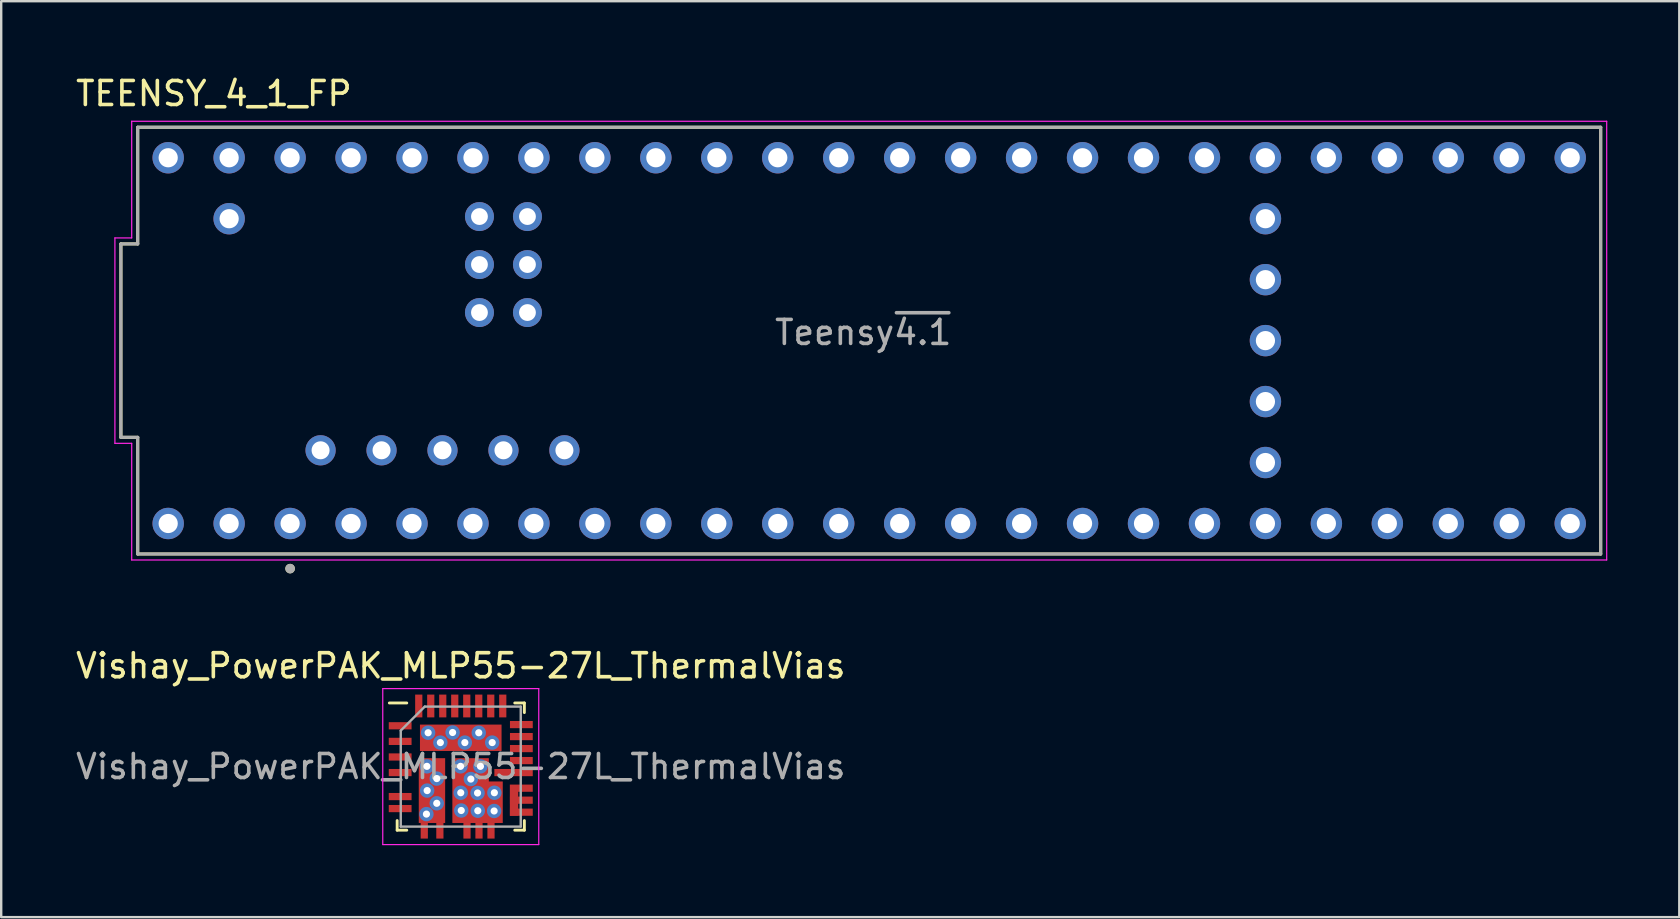
<source format=kicad_pcb>
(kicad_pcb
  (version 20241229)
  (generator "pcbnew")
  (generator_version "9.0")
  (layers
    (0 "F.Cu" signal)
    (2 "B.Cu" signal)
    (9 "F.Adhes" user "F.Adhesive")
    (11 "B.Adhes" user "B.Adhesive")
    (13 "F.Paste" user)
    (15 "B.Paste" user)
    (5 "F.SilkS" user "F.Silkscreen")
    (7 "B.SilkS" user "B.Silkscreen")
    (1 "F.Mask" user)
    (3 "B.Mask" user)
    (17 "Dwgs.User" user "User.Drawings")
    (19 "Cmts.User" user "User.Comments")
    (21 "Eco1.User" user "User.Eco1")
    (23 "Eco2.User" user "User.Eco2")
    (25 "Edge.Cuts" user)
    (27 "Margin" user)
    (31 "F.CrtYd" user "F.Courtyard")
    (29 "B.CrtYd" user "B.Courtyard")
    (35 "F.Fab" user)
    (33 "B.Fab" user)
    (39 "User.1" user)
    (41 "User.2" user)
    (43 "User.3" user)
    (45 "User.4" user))
  (footprint "Vishay_PowerPAK_MLP55-27L_ThermalVias"
    (layer "F.Cu")
    (at 16.149 28.892)
    (property "Reference" "Vishay_PowerPAK_MLP55-27L_ThermalVias" (at 0 -4.2 0) (layer "F.SilkS") (effects (font (size 1 1) (thickness 0.15))))
    (attr smd)
    (fp_line (start -2.65 2.65) (end -2.65 2.25) (stroke (width 0.12) (type solid)) (layer "F.SilkS"))
    (fp_line (start -2.25 -2.65) (end -2.975 -2.65) (stroke (width 0.12) (type solid)) (layer "F.SilkS"))
    (fp_line (start -2.25 2.65) (end -2.65 2.65) (stroke (width 0.12) (type solid)) (layer "F.SilkS"))
    (fp_line (start 2.25 -2.65) (end 2.65 -2.65) (stroke (width 0.12) (type solid)) (layer "F.SilkS"))
    (fp_line (start 2.25 2.65) (end 2.65 2.65) (stroke (width 0.12) (type solid)) (layer "F.SilkS"))
    (fp_line (start 2.65 -2.65) (end 2.65 -2.25) (stroke (width 0.12) (type solid)) (layer "F.SilkS"))
    (fp_line (start 2.65 2.65) (end 2.65 2.25) (stroke (width 0.12) (type solid)) (layer "F.SilkS"))
    (fp_line (start -3.25 -3.25) (end 3.25 -3.25) (stroke (width 0.05) (type solid)) (layer "F.CrtYd"))
    (fp_line (start -3.25 3.25) (end -3.25 -3.25) (stroke (width 0.05) (type solid)) (layer "F.CrtYd"))
    (fp_line (start 3.25 -3.25) (end 3.25 3.25) (stroke (width 0.05) (type solid)) (layer "F.CrtYd"))
    (fp_line (start 3.25 3.25) (end -3.25 3.25) (stroke (width 0.05) (type solid)) (layer "F.CrtYd"))
    (fp_line (start -2.5 -1.5) (end -2.5 2.5) (stroke (width 0.1) (type solid)) (layer "F.Fab"))
    (fp_line (start -2.5 2.5) (end 2.5 2.5) (stroke (width 0.1) (type solid)) (layer "F.Fab"))
    (fp_line (start -1.5 -2.5) (end -2.5 -1.5) (stroke (width 0.1) (type solid)) (layer "F.Fab"))
    (fp_line (start 2.5 -2.5) (end -1.5 -2.5) (stroke (width 0.1) (type solid)) (layer "F.Fab"))
    (fp_line (start 2.5 2.5) (end 2.5 -2.5) (stroke (width 0.1) (type solid)) (layer "F.Fab"))
    (fp_text user "${REFERENCE}" (at 0 0 0) (layer "F.Fab") (effects (font (size 1 1) (thickness 0.15))))
    (pad "1" smd rect (at -2.525 -1.7 90) (size 0.3 0.95) (layers "F.Cu" "F.Mask" "F.Paste"))
    (pad "2" smd rect (at -2.525 -1.05 90) (size 0.3 0.95) (layers "F.Cu" "F.Mask" "F.Paste"))
    (pad "3" smd rect (at -2.525 -0.4 90) (size 0.3 0.95) (layers "F.Cu" "F.Mask" "F.Paste"))
    (pad "4" smd rect (at -2.525 0.25 90) (size 0.3 0.95) (layers "F.Cu" "F.Mask" "F.Paste"))
    (pad "5" smd rect (at -2.525 1.25 90) (size 0.3 0.95) (layers "F.Cu" "F.Mask" "F.Paste"))
    (pad "6" smd rect (at -2.525 1.75 90) (size 0.3 0.95) (layers "F.Cu" "F.Mask" "F.Paste"))
    (pad "7" smd rect (at -1.52 2.525) (size 0.3 0.95) (layers "F.Cu" "F.Mask" "F.Paste"))
    (pad "8" smd rect (at -0.87 2.525) (size 0.3 0.95) (layers "F.Cu" "F.Mask" "F.Paste"))
    (pad "9" smd rect (at 0.26 2.525) (size 0.3 0.95) (layers "F.Cu" "F.Mask" "F.Paste"))
    (pad "10" smd rect (at 0.76 2.525) (size 0.3 0.95) (layers "F.Cu" "F.Mask" "F.Paste"))
    (pad "11" smd rect (at 1.26 2.525) (size 0.3 0.95) (layers "F.Cu" "F.Mask" "F.Paste"))
    (pad "12" smd rect (at 2.525 1.9 90) (size 0.3 0.95) (layers "F.Cu" "F.Mask" "F.Paste"))
    (pad "13" smd rect (at 2.525 1.4 90) (size 0.3 0.95) (layers "F.Cu" "F.Mask" "F.Paste"))
    (pad "14" smd custom (at 2.525 0.9 90) (size 0.3 0.95) (layers "F.Cu" "F.Mask" "F.Paste") (options (anchor rect)) (primitives (gr_poly (pts (xy 0.15 -0.48) (xy 0.15 -0.13) (xy -1.15 -0.13) (xy -1.15 -0.48)) (width 0) (fill yes))))
    (pad "15" smd rect (at 2.2 0.25 90) (size 0.3 1.6) (layers "F.Cu" "F.Mask" "F.Paste"))
    (pad "16" smd rect (at 2.525 -0.25 90) (size 0.3 0.95) (layers "F.Cu" "F.Mask" "F.Paste"))
    (pad "17" smd rect (at 2.525 -0.75 90) (size 0.3 0.95) (layers "F.Cu" "F.Mask" "F.Paste"))
    (pad "18" smd rect (at 2.525 -1.25 90) (size 0.3 0.95) (layers "F.Cu" "F.Mask" "F.Paste"))
    (pad "19" smd rect (at 2.525 -1.75 90) (size 0.3 0.95) (layers "F.Cu" "F.Mask" "F.Paste"))
    (pad "20" smd rect (at 1.75 -2.525) (size 0.3 0.95) (layers "F.Cu" "F.Mask" "F.Paste"))
    (pad "21" smd rect (at 1.25 -2.525) (size 0.3 0.95) (layers "F.Cu" "F.Mask" "F.Paste"))
    (pad "22" smd rect (at 0.75 -2.525) (size 0.3 0.95) (layers "F.Cu" "F.Mask" "F.Paste"))
    (pad "23" smd rect (at 0.25 -2.525) (size 0.3 0.95) (layers "F.Cu" "F.Mask" "F.Paste"))
    (pad "24" smd rect (at -0.25 -2.525) (size 0.3 0.95) (layers "F.Cu" "F.Mask" "F.Paste"))
    (pad "25" smd rect (at -0.75 -2.525) (size 0.3 0.95) (layers "F.Cu" "F.Mask" "F.Paste"))
    (pad "26" smd rect (at -1.25 -2.525) (size 0.3 0.95) (layers "F.Cu" "F.Mask" "F.Paste"))
    (pad "27" smd rect (at -1.75 -2.525) (size 0.3 0.95) (layers "F.Cu" "F.Mask" "F.Paste"))
    (pad "28" thru_hole circle (at -1.36 -1.41) (size 0.6 0.6) (drill 0.3) (layers "*.Cu" "*.Mask"))
    (pad "28" thru_hole circle (at -0.85 -1) (size 0.6 0.6) (drill 0.3) (layers "*.Cu" "*.Mask"))
    (pad "28" thru_hole circle (at -0.34 -1.42) (size 0.6 0.6) (drill 0.3) (layers "*.Cu" "*.Mask"))
    (pad "28" smd rect (at 0 -1.2 180) (size 3.4 1.1) (layers "F.Cu" "F.Mask" "F.Paste"))
    (pad "28" thru_hole circle (at 0.17 -1) (size 0.6 0.6) (drill 0.3) (layers "*.Cu" "*.Mask"))
    (pad "28" thru_hole circle (at 0.75 -1.41) (size 0.6 0.6) (drill 0.3) (layers "*.Cu" "*.Mask"))
    (pad "28" thru_hole circle (at 1.31 -1) (size 0.6 0.6) (drill 0.3) (layers "*.Cu" "*.Mask"))
    (pad "29" thru_hole circle (at -1.43 1.98) (size 0.6 0.6) (drill 0.3) (layers "*.Cu" "*.Mask"))
    (pad "29" thru_hole circle (at -1.41 -0.01) (size 0.6 0.6) (drill 0.3) (layers "*.Cu" "*.Mask"))
    (pad "29" thru_hole circle (at -1.4 1) (size 0.6 0.6) (drill 0.3) (layers "*.Cu" "*.Mask"))
    (pad "29" smd rect (at -1.2 1 180) (size 1.1 2.7) (layers "F.Cu" "F.Mask" "F.Paste"))
    (pad "29" thru_hole circle (at -1 0.5) (size 0.6 0.6) (drill 0.3) (layers "*.Cu" "*.Mask"))
    (pad "29" thru_hole circle (at -1 1.53) (size 0.6 0.6) (drill 0.3) (layers "*.Cu" "*.Mask"))
    (pad "30" smd custom (at -0.05 -0.05) (size 0.6 0.6) (layers "F.Cu" "F.Mask" "F.Paste") (options (anchor rect)) (primitives (gr_poly (pts (xy -0.3 -0.3) (xy 1.22 -0.3) (xy 1.22 0.67) (xy 1.8 0.67) (xy 1.8 2.4) (xy -0.3 2.4)) (width 0) (fill yes))))
    (pad "30" thru_hole circle (at -0.01 -0.01) (size 0.6 0.6) (drill 0.3) (layers "*.Cu" "*.Mask"))
    (pad "30" thru_hole circle (at 0 1.09) (size 0.6 0.6) (drill 0.3) (layers "*.Cu" "*.Mask"))
    (pad "30" thru_hole circle (at 0.02 1.83) (size 0.6 0.6) (drill 0.3) (layers "*.Cu" "*.Mask"))
    (pad "30" thru_hole circle (at 0.42 0.52) (size 0.6 0.6) (drill 0.3) (layers "*.Cu" "*.Mask"))
    (pad "30" thru_hole circle (at 0.7 1.1) (size 0.6 0.6) (drill 0.3) (layers "*.Cu" "*.Mask"))
    (pad "30" thru_hole circle (at 0.71 1.84) (size 0.6 0.6) (drill 0.3) (layers "*.Cu" "*.Mask"))
    (pad "30" thru_hole circle (at 0.82 -0.01) (size 0.6 0.6) (drill 0.3) (layers "*.Cu" "*.Mask"))
    (pad "30" thru_hole circle (at 1.39 1.85) (size 0.6 0.6) (drill 0.3) (layers "*.Cu" "*.Mask"))
    (pad "30" thru_hole circle (at 1.4 1.09) (size 0.6 0.6) (drill 0.3) (layers "*.Cu" "*.Mask")))
  (footprint "TEENSY_4_1_FP"
    (layer "F.Cu")
    (at 33.168 11.143)
    (property "Reference" "TEENSY_4_1_FP" (at -27.305 -10.295 0) (layer "F.SilkS") (effects (font (size 1 1) (thickness 0.15))))
    (attr through_hole)
    (fp_line (start -31.18 4.03) (end -31.18 -4.03) (stroke (width 0.127) (type solid)) (layer "F.SilkS"))
    (fp_line (start -30.48 -8.89) (end -30.48 -4.03) (stroke (width 0.127) (type solid)) (layer "F.SilkS"))
    (fp_line (start -30.48 -8.89) (end 30.48 -8.89) (stroke (width 0.127) (type solid)) (layer "F.SilkS"))
    (fp_line (start -30.48 -4.03) (end -31.18 -4.03) (stroke (width 0.127) (type solid)) (layer "F.SilkS"))
    (fp_line (start -30.48 4.03) (end -31.18 4.03) (stroke (width 0.127) (type solid)) (layer "F.SilkS"))
    (fp_line (start -30.48 8.89) (end -30.48 4.03) (stroke (width 0.127) (type solid)) (layer "F.SilkS"))
    (fp_line (start 30.48 -8.89) (end 30.48 8.89) (stroke (width 0.127) (type solid)) (layer "F.SilkS"))
    (fp_line (start 30.48 8.89) (end -30.48 8.89) (stroke (width 0.127) (type solid)) (layer "F.SilkS"))
    (fp_circle (center -24.13 9.5) (end -24.03 9.5) (stroke (width 0.2) (type solid)) (fill no) (layer "F.SilkS"))
    (fp_line (start -31.43 4.28) (end -31.43 -4.28) (stroke (width 0.05) (type solid)) (layer "F.CrtYd"))
    (fp_line (start -30.73 -9.14) (end -30.73 -4.28) (stroke (width 0.05) (type solid)) (layer "F.CrtYd"))
    (fp_line (start -30.73 -9.14) (end 30.73 -9.14) (stroke (width 0.05) (type solid)) (layer "F.CrtYd"))
    (fp_line (start -30.73 -4.28) (end -31.43 -4.28) (stroke (width 0.05) (type solid)) (layer "F.CrtYd"))
    (fp_line (start -30.73 4.28) (end -31.43 4.28) (stroke (width 0.05) (type solid)) (layer "F.CrtYd"))
    (fp_line (start -30.73 9.14) (end -30.73 4.28) (stroke (width 0.05) (type solid)) (layer "F.CrtYd"))
    (fp_line (start 30.73 -9.14) (end 30.73 9.14) (stroke (width 0.05) (type solid)) (layer "F.CrtYd"))
    (fp_line (start 30.73 9.14) (end -30.73 9.14) (stroke (width 0.05) (type solid)) (layer "F.CrtYd"))
    (fp_line (start -31.18 4.03) (end -31.18 -4.03) (stroke (width 0.127) (type solid)) (layer "F.Fab"))
    (fp_line (start -30.48 -8.89) (end -30.48 -4.03) (stroke (width 0.127) (type solid)) (layer "F.Fab"))
    (fp_line (start -30.48 -8.89) (end 30.48 -8.89) (stroke (width 0.127) (type solid)) (layer "F.Fab"))
    (fp_line (start -30.48 -4.03) (end -31.18 -4.03) (stroke (width 0.127) (type solid)) (layer "F.Fab"))
    (fp_line (start -30.48 4.03) (end -31.18 4.03) (stroke (width 0.127) (type solid)) (layer "F.Fab"))
    (fp_line (start -30.48 8.89) (end -30.48 4.03) (stroke (width 0.127) (type solid)) (layer "F.Fab"))
    (fp_line (start 30.48 -8.89) (end 30.48 8.89) (stroke (width 0.127) (type solid)) (layer "F.Fab"))
    (fp_line (start 30.48 8.89) (end -30.48 8.89) (stroke (width 0.127) (type solid)) (layer "F.Fab"))
    (fp_circle (center -24.13 9.5) (end -24.03 9.5) (stroke (width 0.2) (type solid)) (fill no) (layer "F.Fab"))
    (fp_text user "Teensy~{4.1}" (at -0.25 -0.34 0) (layer "F.Fab") (effects (font (size 1 1) (thickness 0.15))))
    (pad "0" thru_hole circle (at -26.67 7.62) (size 1.308 1.308) (drill 0.8) (layers "*.Cu" "*.Mask"))
    (pad "1" thru_hole circle (at -24.13 7.62) (size 1.308 1.308) (drill 0.8) (layers "*.Cu" "*.Mask"))
    (pad "2" thru_hole circle (at -21.59 7.62) (size 1.308 1.308) (drill 0.8) (layers "*.Cu" "*.Mask"))
    (pad "3" thru_hole circle (at -19.05 7.62) (size 1.308 1.308) (drill 0.8) (layers "*.Cu" "*.Mask"))
    (pad "3.3V_1" thru_hole circle (at 6.35 7.62) (size 1.308 1.308) (drill 0.8) (layers "*.Cu" "*.Mask"))
    (pad "3.3V_2" thru_hole circle (at -24.13 -7.62) (size 1.308 1.308) (drill 0.8) (layers "*.Cu" "*.Mask"))
    (pad "3.3V_3" thru_hole circle (at 16.51 2.54) (size 1.308 1.308) (drill 0.8) (layers "*.Cu" "*.Mask"))
    (pad "4" thru_hole circle (at -16.51 7.62) (size 1.308 1.308) (drill 0.8) (layers "*.Cu" "*.Mask"))
    (pad "5" thru_hole circle (at -13.97 7.62) (size 1.308 1.308) (drill 0.8) (layers "*.Cu" "*.Mask"))
    (pad "5V" thru_hole circle (at -22.86 4.57) (size 1.258 1.258) (drill 0.75) (layers "*.Cu" "*.Mask"))
    (pad "6" thru_hole circle (at -11.43 7.62) (size 1.308 1.308) (drill 0.8) (layers "*.Cu" "*.Mask"))
    (pad "7" thru_hole circle (at -8.89 7.62) (size 1.308 1.308) (drill 0.8) (layers "*.Cu" "*.Mask"))
    (pad "8" thru_hole circle (at -6.35 7.62) (size 1.308 1.308) (drill 0.8) (layers "*.Cu" "*.Mask"))
    (pad "9" thru_hole circle (at -3.81 7.62) (size 1.308 1.308) (drill 0.8) (layers "*.Cu" "*.Mask"))
    (pad "10" thru_hole circle (at -1.27 7.62) (size 1.308 1.308) (drill 0.8) (layers "*.Cu" "*.Mask"))
    (pad "11" thru_hole circle (at 1.27 7.62) (size 1.308 1.308) (drill 0.8) (layers "*.Cu" "*.Mask"))
    (pad "12" thru_hole circle (at 3.81 7.62) (size 1.308 1.308) (drill 0.8) (layers "*.Cu" "*.Mask"))
    (pad "13" thru_hole circle (at 3.81 -7.62) (size 1.308 1.308) (drill 0.8) (layers "*.Cu" "*.Mask"))
    (pad "14" thru_hole circle (at 1.27 -7.62) (size 1.308 1.308) (drill 0.8) (layers "*.Cu" "*.Mask"))
    (pad "15" thru_hole circle (at -1.27 -7.62) (size 1.308 1.308) (drill 0.8) (layers "*.Cu" "*.Mask"))
    (pad "16" thru_hole circle (at -3.81 -7.62) (size 1.308 1.308) (drill 0.8) (layers "*.Cu" "*.Mask"))
    (pad "17" thru_hole circle (at -6.35 -7.62) (size 1.308 1.308) (drill 0.8) (layers "*.Cu" "*.Mask"))
    (pad "18" thru_hole circle (at -8.89 -7.62) (size 1.308 1.308) (drill 0.8) (layers "*.Cu" "*.Mask"))
    (pad "19" thru_hole circle (at -11.43 -7.62) (size 1.308 1.308) (drill 0.8) (layers "*.Cu" "*.Mask"))
    (pad "20" thru_hole circle (at -13.97 -7.62) (size 1.308 1.308) (drill 0.8) (layers "*.Cu" "*.Mask"))
    (pad "21" thru_hole circle (at -16.51 -7.62) (size 1.308 1.308) (drill 0.8) (layers "*.Cu" "*.Mask"))
    (pad "22" thru_hole circle (at -19.05 -7.62) (size 1.308 1.308) (drill 0.8) (layers "*.Cu" "*.Mask"))
    (pad "23" thru_hole circle (at -21.59 -7.62) (size 1.308 1.308) (drill 0.8) (layers "*.Cu" "*.Mask"))
    (pad "24" thru_hole circle (at 8.89 7.62) (size 1.308 1.308) (drill 0.8) (layers "*.Cu" "*.Mask"))
    (pad "25" thru_hole circle (at 11.43 7.62) (size 1.308 1.308) (drill 0.8) (layers "*.Cu" "*.Mask"))
    (pad "26" thru_hole circle (at 13.97 7.62) (size 1.308 1.308) (drill 0.8) (layers "*.Cu" "*.Mask"))
    (pad "27" thru_hole circle (at 16.51 7.62) (size 1.308 1.308) (drill 0.8) (layers "*.Cu" "*.Mask"))
    (pad "28" thru_hole circle (at 19.05 7.62) (size 1.308 1.308) (drill 0.8) (layers "*.Cu" "*.Mask"))
    (pad "29" thru_hole circle (at 21.59 7.62) (size 1.308 1.308) (drill 0.8) (layers "*.Cu" "*.Mask"))
    (pad "30" thru_hole circle (at 24.13 7.62) (size 1.308 1.308) (drill 0.8) (layers "*.Cu" "*.Mask"))
    (pad "31" thru_hole circle (at 26.67 7.62) (size 1.308 1.308) (drill 0.8) (layers "*.Cu" "*.Mask"))
    (pad "32" thru_hole circle (at 29.21 7.62) (size 1.308 1.308) (drill 0.8) (layers "*.Cu" "*.Mask"))
    (pad "33" thru_hole circle (at 29.21 -7.62) (size 1.308 1.308) (drill 0.8) (layers "*.Cu" "*.Mask"))
    (pad "34" thru_hole circle (at 26.67 -7.62) (size 1.308 1.308) (drill 0.8) (layers "*.Cu" "*.Mask"))
    (pad "35" thru_hole circle (at 24.13 -7.62) (size 1.308 1.308) (drill 0.8) (layers "*.Cu" "*.Mask"))
    (pad "36" thru_hole circle (at 21.59 -7.62) (size 1.308 1.308) (drill 0.8) (layers "*.Cu" "*.Mask"))
    (pad "37" thru_hole circle (at 19.05 -7.62) (size 1.308 1.308) (drill 0.8) (layers "*.Cu" "*.Mask"))
    (pad "38" thru_hole circle (at 16.51 -7.62) (size 1.308 1.308) (drill 0.8) (layers "*.Cu" "*.Mask"))
    (pad "39" thru_hole circle (at 13.97 -7.62) (size 1.308 1.308) (drill 0.8) (layers "*.Cu" "*.Mask"))
    (pad "40" thru_hole circle (at 11.43 -7.62) (size 1.308 1.308) (drill 0.8) (layers "*.Cu" "*.Mask"))
    (pad "41" thru_hole circle (at 8.89 -7.62) (size 1.308 1.308) (drill 0.8) (layers "*.Cu" "*.Mask"))
    (pad "D+" thru_hole circle (at -17.78 4.57) (size 1.258 1.258) (drill 0.75) (layers "*.Cu" "*.Mask"))
    (pad "D-" thru_hole circle (at -20.32 4.57) (size 1.258 1.258) (drill 0.75) (layers "*.Cu" "*.Mask"))
    (pad "GND1" thru_hole circle (at -29.21 7.62) (size 1.308 1.308) (drill 0.8) (layers "*.Cu" "*.Mask"))
    (pad "GND2" thru_hole circle (at 6.35 -7.62) (size 1.308 1.308) (drill 0.8) (layers "*.Cu" "*.Mask"))
    (pad "GND3" thru_hole circle (at -26.67 -7.62) (size 1.308 1.308) (drill 0.8) (layers "*.Cu" "*.Mask"))
    (pad "GND4" thru_hole circle (at 16.51 0) (size 1.308 1.308) (drill 0.8) (layers "*.Cu" "*.Mask"))
    (pad "GND5" thru_hole circle (at -14.24 -3.17) (size 1.208 1.208) (drill 0.7) (layers "*.Cu" "*.Mask"))
    (pad "LED" thru_hole circle (at -16.24 -3.17) (size 1.208 1.208) (drill 0.7) (layers "*.Cu" "*.Mask"))
    (pad "ON/OFF" thru_hole circle (at 16.51 -5.08) (size 1.308 1.308) (drill 0.8) (layers "*.Cu" "*.Mask"))
    (pad "PROGRAM" thru_hole circle (at 16.51 -2.54) (size 1.308 1.308) (drill 0.8) (layers "*.Cu" "*.Mask"))
    (pad "R+" thru_hole circle (at -16.24 -5.17) (size 1.208 1.208) (drill 0.7) (layers "*.Cu" "*.Mask"))
    (pad "R-" thru_hole circle (at -14.24 -5.17) (size 1.208 1.208) (drill 0.7) (layers "*.Cu" "*.Mask"))
    (pad "T+" thru_hole circle (at -14.24 -1.17) (size 1.208 1.208) (drill 0.7) (layers "*.Cu" "*.Mask"))
    (pad "T-" thru_hole circle (at -16.24 -1.17) (size 1.208 1.208) (drill 0.7) (layers "*.Cu" "*.Mask"))
    (pad "USB_GND1" thru_hole circle (at -15.24 4.57) (size 1.258 1.258) (drill 0.75) (layers "*.Cu" "*.Mask"))
    (pad "USB_GND2" thru_hole circle (at -12.7 4.57) (size 1.258 1.258) (drill 0.75) (layers "*.Cu" "*.Mask"))
    (pad "VBAT" thru_hole circle (at 16.51 5.08) (size 1.308 1.308) (drill 0.8) (layers "*.Cu" "*.Mask"))
    (pad "VIN" thru_hole circle (at -29.21 -7.62) (size 1.308 1.308) (drill 0.8) (layers "*.Cu" "*.Mask"))
    (pad "VUSB" thru_hole circle (at -26.67 -5.08) (size 1.308 1.308) (drill 0.8) (layers "*.Cu" "*.Mask")))
  (gr_rect
    (start -3 -3)
    (end 66.923 35.166)
    (stroke (width 0.1) (type default))
    (fill no)
    (layer "Edge.Cuts")))
</source>
